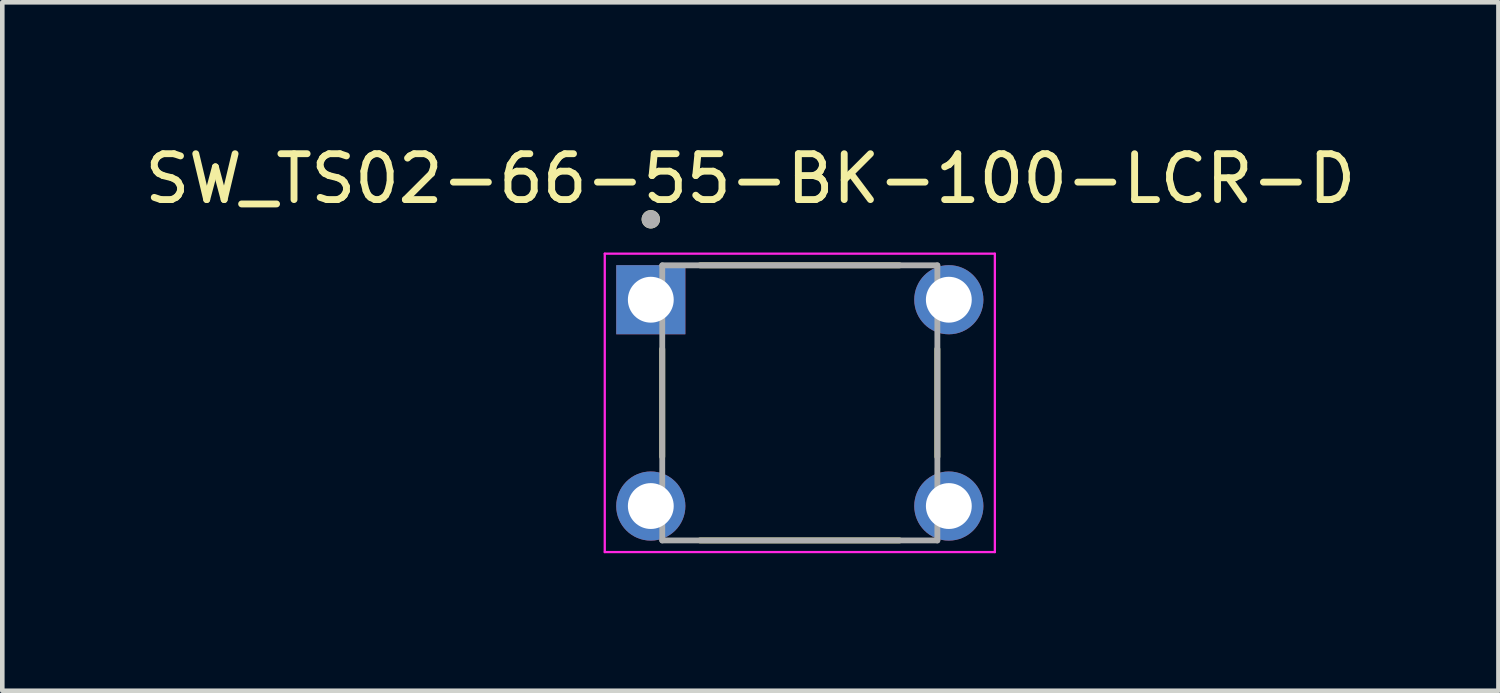
<source format=kicad_pcb>
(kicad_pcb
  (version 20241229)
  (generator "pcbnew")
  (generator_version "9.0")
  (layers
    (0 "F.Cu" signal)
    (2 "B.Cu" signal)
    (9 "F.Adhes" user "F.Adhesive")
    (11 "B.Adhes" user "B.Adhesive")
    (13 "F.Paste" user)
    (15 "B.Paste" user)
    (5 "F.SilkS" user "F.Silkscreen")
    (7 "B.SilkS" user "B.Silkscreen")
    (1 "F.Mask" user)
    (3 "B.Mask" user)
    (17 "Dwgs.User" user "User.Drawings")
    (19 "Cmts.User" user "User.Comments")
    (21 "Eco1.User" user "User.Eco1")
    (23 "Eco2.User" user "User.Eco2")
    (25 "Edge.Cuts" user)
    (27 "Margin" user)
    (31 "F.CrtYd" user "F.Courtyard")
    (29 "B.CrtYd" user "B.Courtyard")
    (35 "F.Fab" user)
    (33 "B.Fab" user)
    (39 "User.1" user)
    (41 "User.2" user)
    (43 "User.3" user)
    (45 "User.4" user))
  (footprint "SW_TS02-66-55-BK-100-LCR-D"
    (layer "F.Cu")
    (at 14.394 5.737)
    (property "Reference" "SW_TS02-66-55-BK-100-LCR-D" (at -1.079 -4.889 0) (layer "F.SilkS") (effects (font (size 1 1) (thickness 0.15))))
    (attr through_hole)
    (fp_line (start -3 -1.176) (end -3 1.176) (stroke (width 0.127) (type solid)) (layer "F.SilkS"))
    (fp_line (start -2.176 -3) (end 2.176 -3) (stroke (width 0.127) (type solid)) (layer "F.SilkS"))
    (fp_line (start -2.176 3) (end 2.176 3) (stroke (width 0.127) (type solid)) (layer "F.SilkS"))
    (fp_line (start 3 -1.176) (end 3 1.176) (stroke (width 0.127) (type solid)) (layer "F.SilkS"))
    (fp_circle (center -3.25 -4.004) (end -3.15 -4.004) (stroke (width 0.2) (type solid)) (fill no) (layer "F.SilkS"))
    (fp_line (start -4.254 -3.254) (end -4.254 3.254) (stroke (width 0.05) (type solid)) (layer "F.CrtYd"))
    (fp_line (start -4.254 3.254) (end 4.254 3.254) (stroke (width 0.05) (type solid)) (layer "F.CrtYd"))
    (fp_line (start 4.254 -3.254) (end -4.254 -3.254) (stroke (width 0.05) (type solid)) (layer "F.CrtYd"))
    (fp_line (start 4.254 3.254) (end 4.254 -3.254) (stroke (width 0.05) (type solid)) (layer "F.CrtYd"))
    (fp_line (start -3 -3) (end 3 -3) (stroke (width 0.127) (type solid)) (layer "F.Fab"))
    (fp_line (start -3 3) (end -3 -3) (stroke (width 0.127) (type solid)) (layer "F.Fab"))
    (fp_line (start 3 -3) (end 3 3) (stroke (width 0.127) (type solid)) (layer "F.Fab"))
    (fp_line (start 3 3) (end -3 3) (stroke (width 0.127) (type solid)) (layer "F.Fab"))
    (fp_circle (center -3.25 -4.004) (end -3.15 -4.004) (stroke (width 0.2) (type solid)) (fill no) (layer "F.Fab"))
    (pad "1" thru_hole rect (at -3.25 -2.25) (size 1.508 1.508) (drill 1) (layers "*.Cu" "*.Mask"))
    (pad "2" thru_hole circle (at 3.25 -2.25) (size 1.508 1.508) (drill 1) (layers "*.Cu" "*.Mask"))
    (pad "3" thru_hole circle (at -3.25 2.25) (size 1.508 1.508) (drill 1) (layers "*.Cu" "*.Mask"))
    (pad "4" thru_hole circle (at 3.25 2.25) (size 1.508 1.508) (drill 1) (layers "*.Cu" "*.Mask")))
  (gr_rect
    (start -3 -3)
    (end 29.631 12.016)
    (stroke (width 0.1) (type default))
    (fill no)
    (layer "Edge.Cuts")))
</source>
